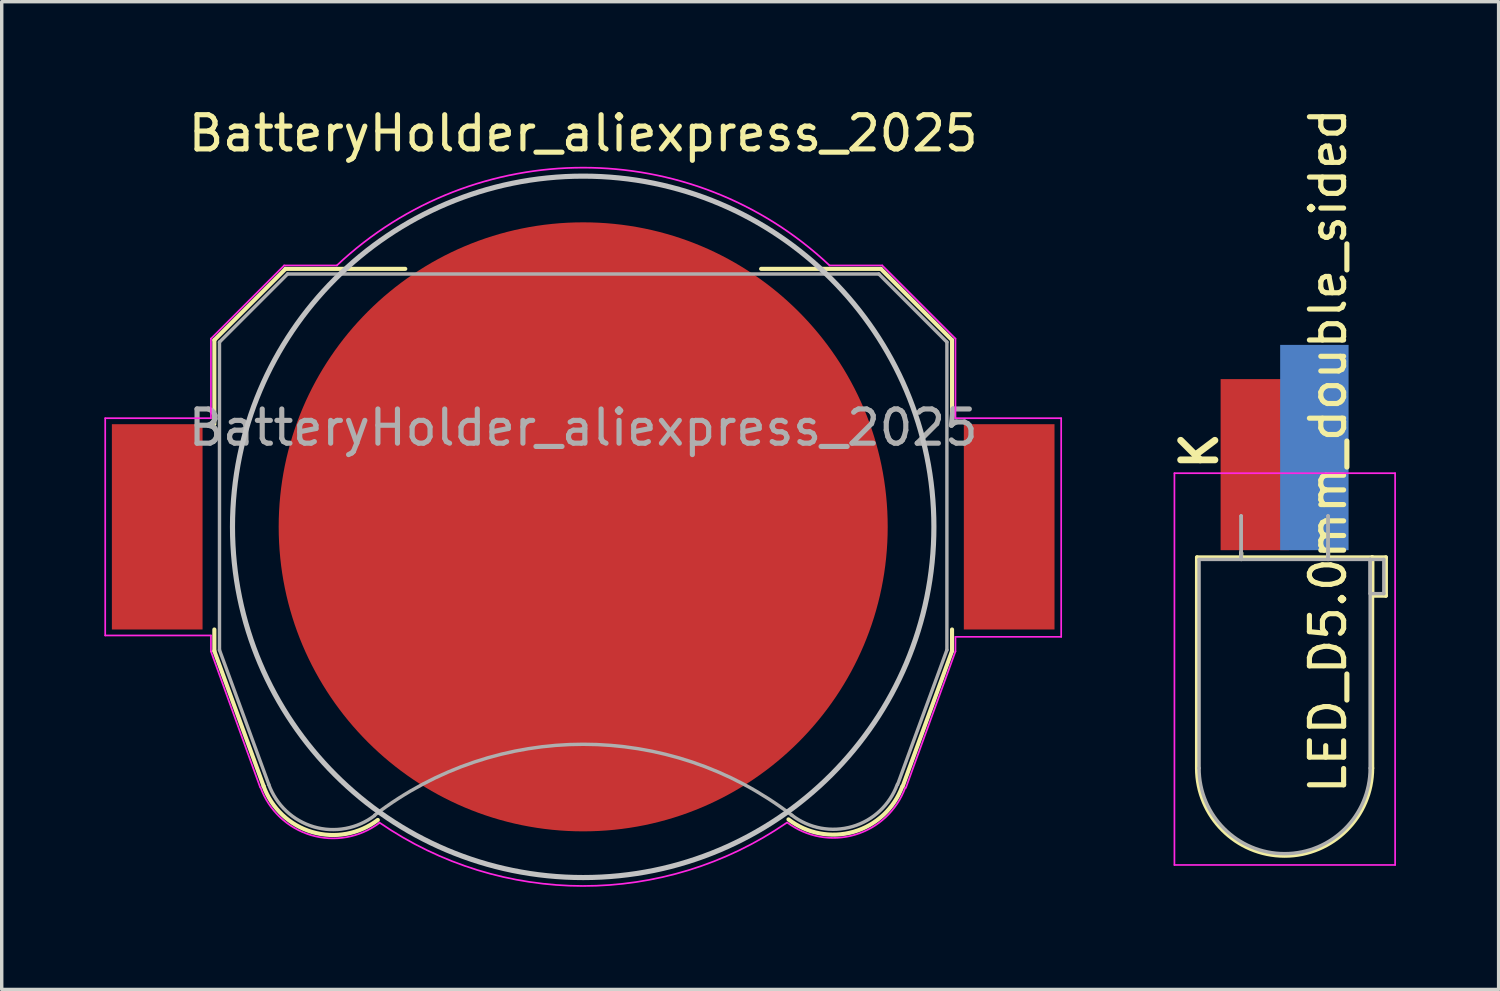
<source format=kicad_pcb>
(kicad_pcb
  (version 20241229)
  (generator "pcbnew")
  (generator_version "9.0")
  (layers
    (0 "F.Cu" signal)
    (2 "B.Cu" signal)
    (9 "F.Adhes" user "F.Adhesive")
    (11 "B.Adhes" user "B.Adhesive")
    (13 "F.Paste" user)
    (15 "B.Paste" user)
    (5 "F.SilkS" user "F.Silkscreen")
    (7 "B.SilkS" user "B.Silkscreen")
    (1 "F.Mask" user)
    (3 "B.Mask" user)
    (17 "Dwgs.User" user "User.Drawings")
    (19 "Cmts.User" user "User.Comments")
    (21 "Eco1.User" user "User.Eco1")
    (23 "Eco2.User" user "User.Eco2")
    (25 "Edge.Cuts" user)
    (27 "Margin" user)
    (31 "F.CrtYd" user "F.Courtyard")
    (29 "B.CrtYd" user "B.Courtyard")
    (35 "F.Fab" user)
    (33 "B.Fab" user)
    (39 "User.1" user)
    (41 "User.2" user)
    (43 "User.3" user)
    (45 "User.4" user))
  (footprint "BatteryHolder_aliexpress_2025"
    (layer "F.Cu")
    (at 13.995 12.348)
    (property "Reference" "BatteryHolder_aliexpress_2025" (at 0 -11.5 0) (layer "F.SilkS") (effects (font (size 1 1) (thickness 0.15))))
    (attr smd)
    (fp_line (start -10.78 -5.46) (end -10.78 -3) (stroke (width 0.12) (type solid)) (layer "F.SilkS"))
    (fp_line (start -10.78 3) (end -10.78 3.63) (stroke (width 0.12) (type solid)) (layer "F.SilkS"))
    (fp_line (start -10.78 3.63) (end -9.34 7.58) (stroke (width 0.12) (type solid)) (layer "F.SilkS"))
    (fp_line (start -8.7 -7.54) (end -10.78 -5.46) (stroke (width 0.12) (type solid)) (layer "F.SilkS"))
    (fp_line (start -5.2 -7.54) (end -8.7 -7.54) (stroke (width 0.12) (type solid)) (layer "F.SilkS"))
    (fp_line (start 8.7 -7.54) (end 5.2 -7.54) (stroke (width 0.12) (type solid)) (layer "F.SilkS"))
    (fp_line (start 8.7 -7.54) (end 10.78 -5.46) (stroke (width 0.12) (type solid)) (layer "F.SilkS"))
    (fp_line (start 10.78 -5.46) (end 10.78 -3) (stroke (width 0.12) (type solid)) (layer "F.SilkS"))
    (fp_line (start 10.78 3) (end 10.78 3.63) (stroke (width 0.12) (type solid)) (layer "F.SilkS"))
    (fp_line (start 10.78 3.63) (end 9.34 7.58) (stroke (width 0.12) (type solid)) (layer "F.SilkS"))
    (fp_arc (start -6.003354 8.56653) (mid -7.921654 8.918738) (end -9.34 7.58) (stroke (width 0.12) (type solid)) (layer "F.SilkS"))
    (fp_arc (start 9.325243 7.588169) (mid 7.90634 8.911668) (end 6 8.55) (stroke (width 0.12) (type solid)) (layer "F.SilkS"))
    (fp_circle (center 0 0) (end 0 10.25) (stroke (width 0.15) (type solid)) (fill no) (layer "Dwgs.User"))
    (fp_line (start -13.97 -3.175) (end -13.97 3.175) (stroke (width 0.05) (type solid)) (layer "F.CrtYd"))
    (fp_line (start -13.97 3.175) (end -10.88 3.175) (stroke (width 0.05) (type solid)) (layer "F.CrtYd"))
    (fp_line (start -10.88 -5.5) (end -10.88 -3.175) (stroke (width 0.05) (type solid)) (layer "F.CrtYd"))
    (fp_line (start -10.88 -3.175) (end -13.97 -3.175) (stroke (width 0.05) (type solid)) (layer "F.CrtYd"))
    (fp_line (start -10.88 3.175) (end -10.88 3.64) (stroke (width 0.05) (type solid)) (layer "F.CrtYd"))
    (fp_line (start -10.88 3.64) (end -9.44 7.62) (stroke (width 0.05) (type solid)) (layer "F.CrtYd"))
    (fp_line (start -8.74 -7.64) (end -10.88 -5.5) (stroke (width 0.05) (type solid)) (layer "F.CrtYd"))
    (fp_line (start -7.2 -7.64) (end -8.74 -7.64) (stroke (width 0.05) (type solid)) (layer "F.CrtYd"))
    (fp_line (start 8.74 -7.64) (end 7.2 -7.64) (stroke (width 0.05) (type solid)) (layer "F.CrtYd"))
    (fp_line (start 9.43 7.63) (end 10.88 3.64) (stroke (width 0.05) (type solid)) (layer "F.CrtYd"))
    (fp_line (start 10.88 -5.5) (end 8.74 -7.64) (stroke (width 0.05) (type solid)) (layer "F.CrtYd"))
    (fp_line (start 10.88 -3.175) (end 10.88 -5.5) (stroke (width 0.05) (type solid)) (layer "F.CrtYd"))
    (fp_line (start 10.88 3.215) (end 13.97 3.215) (stroke (width 0.05) (type solid)) (layer "F.CrtYd"))
    (fp_line (start 10.88 3.64) (end 10.88 3.215) (stroke (width 0.05) (type solid)) (layer "F.CrtYd"))
    (fp_line (start 13.97 -3.175) (end 10.88 -3.175) (stroke (width 0.05) (type solid)) (layer "F.CrtYd"))
    (fp_line (start 13.97 3.215) (end 13.97 -3.175) (stroke (width 0.05) (type solid)) (layer "F.CrtYd"))
    (fp_arc (start -7.199546 -7.640427) (mid 0.000312 -10.498075) (end 7.2 -7.64) (stroke (width 0.05) (type solid)) (layer "F.CrtYd"))
    (fp_arc (start -5.956965 8.654604) (mid -7.953941 9.011629) (end -9.43 7.62) (stroke (width 0.05) (type solid)) (layer "F.CrtYd"))
    (fp_arc (start 5.945368 8.650075) (mid -0.008883 10.496243) (end -5.96 8.64) (stroke (width 0.05) (type solid)) (layer "F.CrtYd"))
    (fp_arc (start 9.415144 7.621341) (mid 7.944017 9.000493) (end 5.96 8.64) (stroke (width 0.05) (type solid)) (layer "F.CrtYd"))
    (fp_line (start -10.63 -5.4) (end -8.64 -7.39) (stroke (width 0.1) (type solid)) (layer "F.Fab"))
    (fp_line (start -10.63 3.6) (end -10.63 -5.4) (stroke (width 0.1) (type solid)) (layer "F.Fab"))
    (fp_line (start -9.19 7.53) (end -10.63 3.6) (stroke (width 0.1) (type solid)) (layer "F.Fab"))
    (fp_line (start -8.64 -7.39) (end 8.64 -7.39) (stroke (width 0.1) (type solid)) (layer "F.Fab"))
    (fp_line (start 8.64 -7.39) (end 10.63 -5.4) (stroke (width 0.1) (type solid)) (layer "F.Fab"))
    (fp_line (start 10.63 -5.4) (end 10.63 3.6) (stroke (width 0.1) (type solid)) (layer "F.Fab"))
    (fp_line (start 10.63 3.6) (end 9.19 7.53) (stroke (width 0.1) (type solid)) (layer "F.Fab"))
    (fp_arc (start -6.096146 8.438508) (mid -7.87328 8.768206) (end -9.19 7.53) (stroke (width 0.1) (type solid)) (layer "F.Fab"))
    (fp_arc (start -6.094852 8.426043) (mid 0.003247 6.355257) (end 6.1 8.43) (stroke (width 0.1) (type solid)) (layer "F.Fab"))
    (fp_arc (start 9.180727 7.528882) (mid 7.868698 8.760067) (end 6.1 8.43) (stroke (width 0.1) (type solid)) (layer "F.Fab"))
    (fp_text user "${REFERENCE}" (at 0 -2.9 0) (layer "F.Fab") (effects (font (size 1 1) (thickness 0.15))))
    (pad "1" smd rect (at -12.45 0) (size 2.65 6) (layers "F.Cu" "F.Mask" "F.Paste"))
    (pad "1" smd rect (at 12.45 0) (size 2.65 6) (layers "F.Cu" "F.Mask" "F.Paste"))
    (pad "2" smd circle (at 0 0) (size 17.8 17.8) (layers "F.Cu" "F.Mask")))
  (footprint "LED_D5.0mm_double_sided"
    (layer "F.Cu")
    (at 34.495 13.3)
    (property "Reference" "LED_D5.0mm_double_sided" (at 1.27 -3.175 90) (layer "F.SilkS") (effects (font (size 1 1) (thickness 0.15))))
    (attr smd)
    (fp_line (start -2.56 -0.06) (end -2.56 6.1) (stroke (width 0.12) (type solid)) (layer "F.SilkS"))
    (fp_line (start -2.56 -0.06) (end 2.56 -0.06) (stroke (width 0.12) (type solid)) (layer "F.SilkS"))
    (fp_line (start -1.27 -0.19) (end -1.27 -0.19) (stroke (width 0.12) (type solid)) (layer "F.SilkS"))
    (fp_line (start -1.27 -0.19) (end -1.27 -0.06) (stroke (width 0.12) (type solid)) (layer "F.SilkS"))
    (fp_line (start -1.27 -0.06) (end -1.27 -0.19) (stroke (width 0.12) (type solid)) (layer "F.SilkS"))
    (fp_line (start -1.27 -0.06) (end -1.27 -0.06) (stroke (width 0.12) (type solid)) (layer "F.SilkS"))
    (fp_line (start 1.27 -0.19) (end 1.27 -0.19) (stroke (width 0.12) (type solid)) (layer "F.SilkS"))
    (fp_line (start 1.27 -0.19) (end 1.27 -0.06) (stroke (width 0.12) (type solid)) (layer "F.SilkS"))
    (fp_line (start 1.27 -0.06) (end 1.27 -0.19) (stroke (width 0.12) (type solid)) (layer "F.SilkS"))
    (fp_line (start 1.27 -0.06) (end 1.27 -0.06) (stroke (width 0.12) (type solid)) (layer "F.SilkS"))
    (fp_line (start 2.56 -0.06) (end 2.56 6.1) (stroke (width 0.12) (type solid)) (layer "F.SilkS"))
    (fp_line (start 2.56 -0.06) (end 2.96 -0.06) (stroke (width 0.12) (type solid)) (layer "F.SilkS"))
    (fp_line (start 2.56 1.06) (end 2.56 -0.06) (stroke (width 0.12) (type solid)) (layer "F.SilkS"))
    (fp_line (start 2.96 -0.06) (end 2.96 1.06) (stroke (width 0.12) (type solid)) (layer "F.SilkS"))
    (fp_line (start 2.96 1.06) (end 2.56 1.06) (stroke (width 0.12) (type solid)) (layer "F.SilkS"))
    (fp_arc (start 2.56 6.1) (mid 0 8.66) (end -2.56 6.1) (stroke (width 0.12) (type solid)) (layer "F.SilkS"))
    (fp_line (start -3.22 -2.52) (end -3.22 8.93) (stroke (width 0.05) (type solid)) (layer "F.CrtYd"))
    (fp_line (start -3.22 8.93) (end 3.23 8.93) (stroke (width 0.05) (type solid)) (layer "F.CrtYd"))
    (fp_line (start 3.23 -2.52) (end -3.22 -2.52) (stroke (width 0.05) (type solid)) (layer "F.CrtYd"))
    (fp_line (start 3.23 8.93) (end 3.23 -2.52) (stroke (width 0.05) (type solid)) (layer "F.CrtYd"))
    (fp_line (start -2.5 0) (end -2.5 6.1) (stroke (width 0.1) (type solid)) (layer "F.Fab"))
    (fp_line (start -2.5 0) (end 2.5 0) (stroke (width 0.1) (type solid)) (layer "F.Fab"))
    (fp_line (start -1.27 -1.27) (end -1.27 -1.27) (stroke (width 0.1) (type solid)) (layer "F.Fab"))
    (fp_line (start -1.27 -1.27) (end -1.27 0) (stroke (width 0.1) (type solid)) (layer "F.Fab"))
    (fp_line (start -1.27 0) (end -1.27 -1.27) (stroke (width 0.1) (type solid)) (layer "F.Fab"))
    (fp_line (start -1.27 0) (end -1.27 0) (stroke (width 0.1) (type solid)) (layer "F.Fab"))
    (fp_line (start 1.27 -1.27) (end 1.27 -1.27) (stroke (width 0.1) (type solid)) (layer "F.Fab"))
    (fp_line (start 1.27 -1.27) (end 1.27 0) (stroke (width 0.1) (type solid)) (layer "F.Fab"))
    (fp_line (start 1.27 0) (end 1.27 -1.27) (stroke (width 0.1) (type solid)) (layer "F.Fab"))
    (fp_line (start 1.27 0) (end 1.27 0) (stroke (width 0.1) (type solid)) (layer "F.Fab"))
    (fp_line (start 2.5 0) (end 2.5 6.1) (stroke (width 0.1) (type solid)) (layer "F.Fab"))
    (fp_line (start 2.5 0) (end 2.9 0) (stroke (width 0.1) (type solid)) (layer "F.Fab"))
    (fp_line (start 2.5 1) (end 2.5 0) (stroke (width 0.1) (type solid)) (layer "F.Fab"))
    (fp_line (start 2.9 0) (end 2.9 1) (stroke (width 0.1) (type solid)) (layer "F.Fab"))
    (fp_line (start 2.9 1) (end 2.5 1) (stroke (width 0.1) (type solid)) (layer "F.Fab"))
    (fp_arc (start 2.5 6.1) (mid 0 8.6) (end -2.5 6.1) (stroke (width 0.1) (type solid)) (layer "F.Fab"))
    (fp_text user "K" (at -1.905 -2.54 90) (unlocked yes) (layer "F.SilkS") (effects (font (size 1 1) (thickness 0.2) (bold yes)) (justify left bottom)))
    (pad "1" smd rect (at -0.87 -2.77) (size 2 5) (layers "F.Cu" "F.Mask" "F.Paste"))
    (pad "2" smd rect (at 0.87 -3.27) (size 2 6) (layers "B.Cu" "B.Mask" "B.Paste")))
  (gr_rect
    (start -3 -3)
    (end 40.75 25.869)
    (stroke (width 0.1) (type default))
    (fill no)
    (layer "Edge.Cuts")))
</source>
